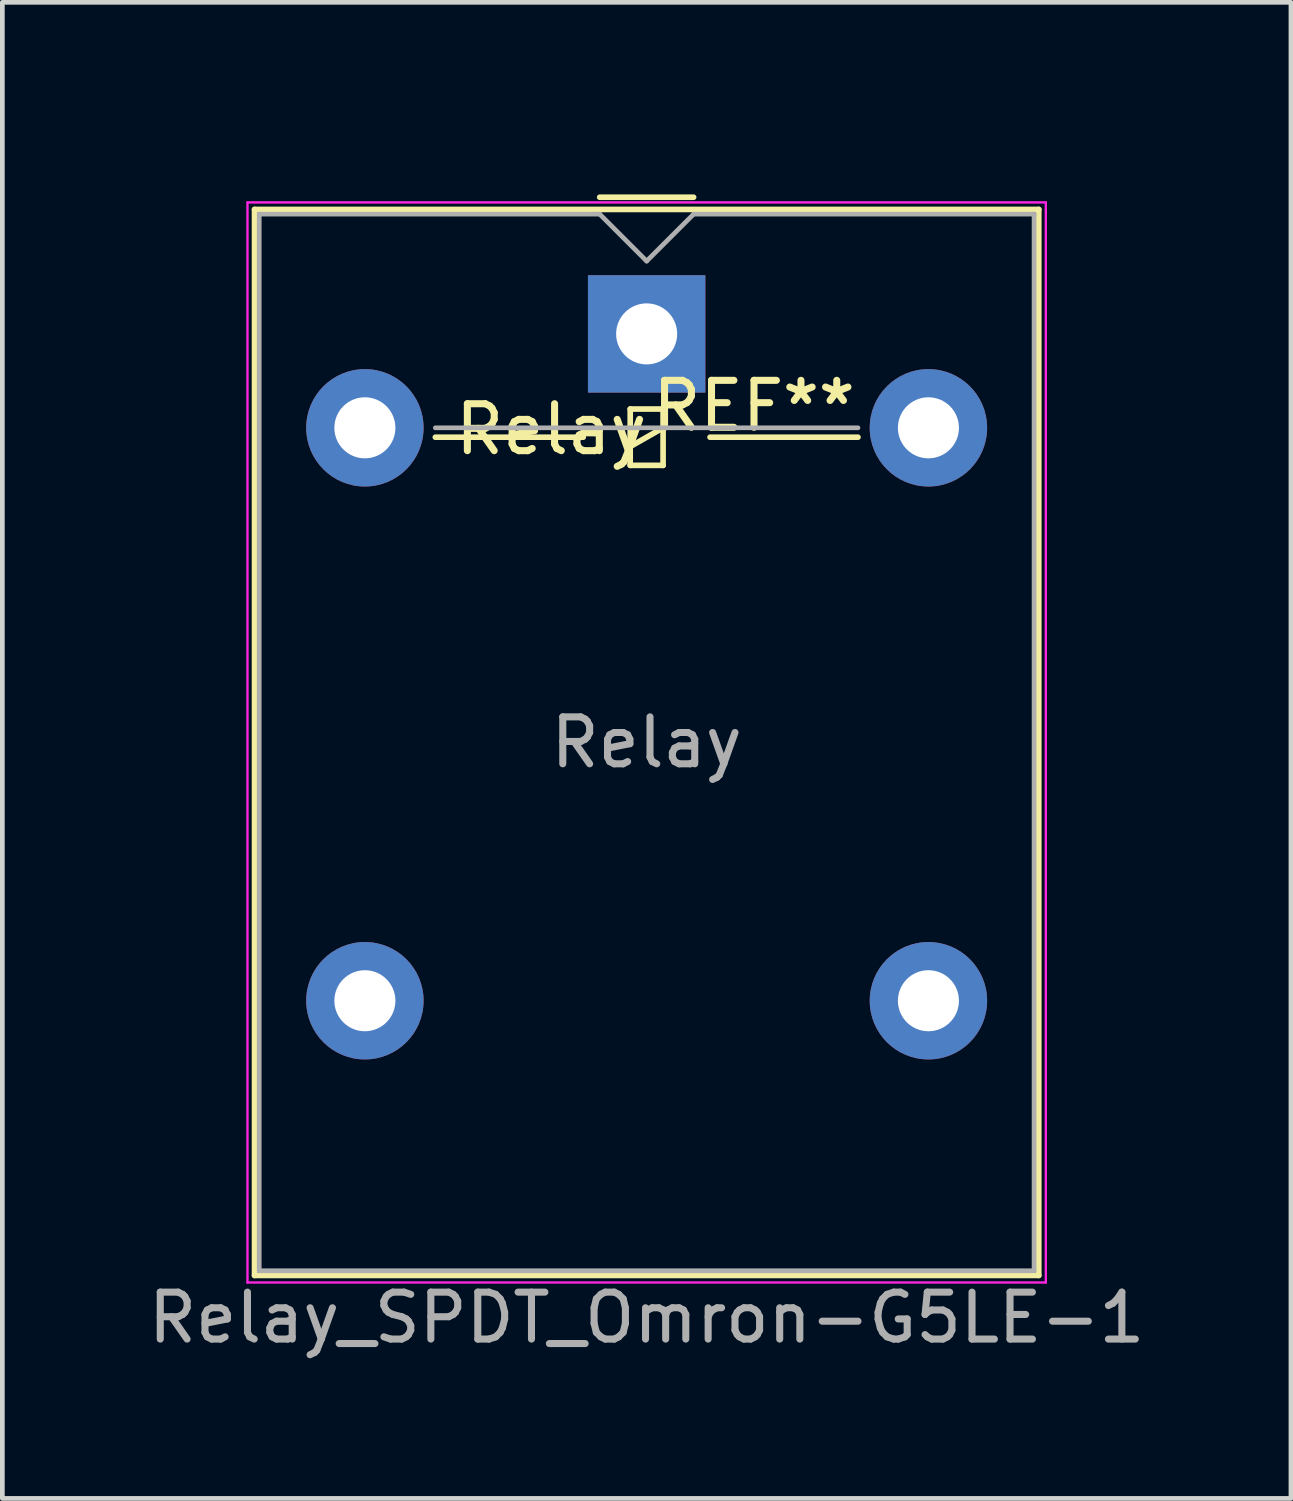
<source format=kicad_pcb>
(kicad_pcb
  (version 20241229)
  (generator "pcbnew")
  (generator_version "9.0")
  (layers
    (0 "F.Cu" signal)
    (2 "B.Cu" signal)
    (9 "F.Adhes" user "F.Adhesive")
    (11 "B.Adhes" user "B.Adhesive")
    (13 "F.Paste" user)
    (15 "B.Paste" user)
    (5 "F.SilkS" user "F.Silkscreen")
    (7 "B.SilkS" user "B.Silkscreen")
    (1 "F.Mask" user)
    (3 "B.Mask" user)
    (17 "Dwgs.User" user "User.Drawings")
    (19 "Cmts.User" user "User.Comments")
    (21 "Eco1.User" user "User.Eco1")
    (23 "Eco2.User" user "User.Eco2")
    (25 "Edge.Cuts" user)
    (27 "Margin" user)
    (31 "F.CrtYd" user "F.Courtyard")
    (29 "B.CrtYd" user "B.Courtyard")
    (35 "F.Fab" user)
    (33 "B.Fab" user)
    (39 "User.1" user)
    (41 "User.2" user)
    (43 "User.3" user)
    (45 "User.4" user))
  (footprint "Relay"
    (layer "F.Cu")
    (at 10.466 0.25)
    (property "Reference" "Relay" (at -1.778 5.842 0) (layer "F.SilkS") (effects (font (size 1 1) (thickness 0.15))))
    (attr through_hole)
    (fp_line (start -8.096 1.16) (end -8.096 23.86) (stroke (width 0.12) (type solid)) (layer "F.SilkS"))
    (fp_line (start -8.096 23.86) (end 8.604 23.86) (stroke (width 0.12) (type solid)) (layer "F.SilkS"))
    (fp_line (start -4.246 6.01) (end -1.096 6.01) (stroke (width 0.12) (type solid)) (layer "F.SilkS"))
    (fp_line (start -0.746 0.9) (end 1.254 0.9) (stroke (width 0.12) (type solid)) (layer "F.SilkS"))
    (fp_line (start -0.096 5.41) (end -0.096 6.61) (stroke (width 0.12) (type solid)) (layer "F.SilkS"))
    (fp_line (start -0.096 6.21) (end 0.604 5.81) (stroke (width 0.12) (type solid)) (layer "F.SilkS"))
    (fp_line (start -0.096 6.61) (end 0.604 6.61) (stroke (width 0.12) (type solid)) (layer "F.SilkS"))
    (fp_line (start 0.604 5.41) (end -0.096 5.41) (stroke (width 0.12) (type solid)) (layer "F.SilkS"))
    (fp_line (start 0.604 6.61) (end 0.604 5.41) (stroke (width 0.12) (type solid)) (layer "F.SilkS"))
    (fp_line (start 1.604 6.01) (end 4.754 6.01) (stroke (width 0.12) (type solid)) (layer "F.SilkS"))
    (fp_line (start 8.604 1.16) (end -8.096 1.16) (stroke (width 0.12) (type solid)) (layer "F.SilkS"))
    (fp_line (start 8.604 23.86) (end 8.604 1.16) (stroke (width 0.12) (type solid)) (layer "F.SilkS"))
    (fp_line (start -8.246 1.01) (end -8.246 24.01) (stroke (width 0.05) (type solid)) (layer "F.CrtYd"))
    (fp_line (start -8.246 24.01) (end 8.754 24.01) (stroke (width 0.05) (type solid)) (layer "F.CrtYd"))
    (fp_line (start 8.754 1.01) (end -8.246 1.01) (stroke (width 0.05) (type solid)) (layer "F.CrtYd"))
    (fp_line (start 8.754 24.01) (end 8.754 1.01) (stroke (width 0.05) (type solid)) (layer "F.CrtYd"))
    (fp_line (start -7.996 1.26) (end -0.746 1.26) (stroke (width 0.1) (type solid)) (layer "F.Fab"))
    (fp_line (start -7.996 23.76) (end -7.996 1.26) (stroke (width 0.1) (type solid)) (layer "F.Fab"))
    (fp_line (start -4.246 5.81) (end 4.754 5.81) (stroke (width 0.1) (type solid)) (layer "F.Fab"))
    (fp_line (start -0.746 1.26) (end 0.254 2.26) (stroke (width 0.1) (type solid)) (layer "F.Fab"))
    (fp_line (start 0.254 2.26) (end 1.254 1.26) (stroke (width 0.1) (type solid)) (layer "F.Fab"))
    (fp_line (start 1.254 1.26) (end 8.504 1.26) (stroke (width 0.1) (type solid)) (layer "F.Fab"))
    (fp_line (start 8.504 1.26) (end 8.504 23.76) (stroke (width 0.1) (type solid)) (layer "F.Fab"))
    (fp_line (start 8.504 23.76) (end -7.996 23.76) (stroke (width 0.1) (type solid)) (layer "F.Fab"))
    (fp_text user "REF**" (at 2.54 5.344 0) (layer "F.SilkS") (effects (font (size 1 1) (thickness 0.15))))
    (fp_text user "${REFERENCE}" (at 0.254 12.51 0) (layer "F.Fab") (effects (font (size 1 1) (thickness 0.15))))
    (fp_text user "Relay_SPDT_Omron-G5LE-1" (at 0.254 24.76 0) (layer "F.Fab") (effects (font (size 1 1) (thickness 0.15))))
    (pad "1" thru_hole rect (at 0.254 3.81) (size 2.5 2.5) (drill 1.3) (layers "*.Cu" "*.Mask"))
    (pad "2" thru_hole oval (at -5.746 5.81) (size 2.5 2.5) (drill 1.3) (layers "*.Cu" "*.Mask"))
    (pad "3" thru_hole oval (at -5.746 18.01) (size 2.5 2.5) (drill 1.3) (layers "*.Cu" "*.Mask"))
    (pad "4" thru_hole oval (at 6.254 18.01) (size 2.5 2.5) (drill 1.3) (layers "*.Cu" "*.Mask"))
    (pad "5" thru_hole oval (at 6.254 5.81) (size 2.5 2.5) (drill 1.3) (layers "*.Cu" "*.Mask")))
  (gr_rect
    (start -3 -3)
    (end 24.44 28.858)
    (stroke (width 0.1) (type default))
    (fill no)
    (layer "Edge.Cuts")))
</source>
